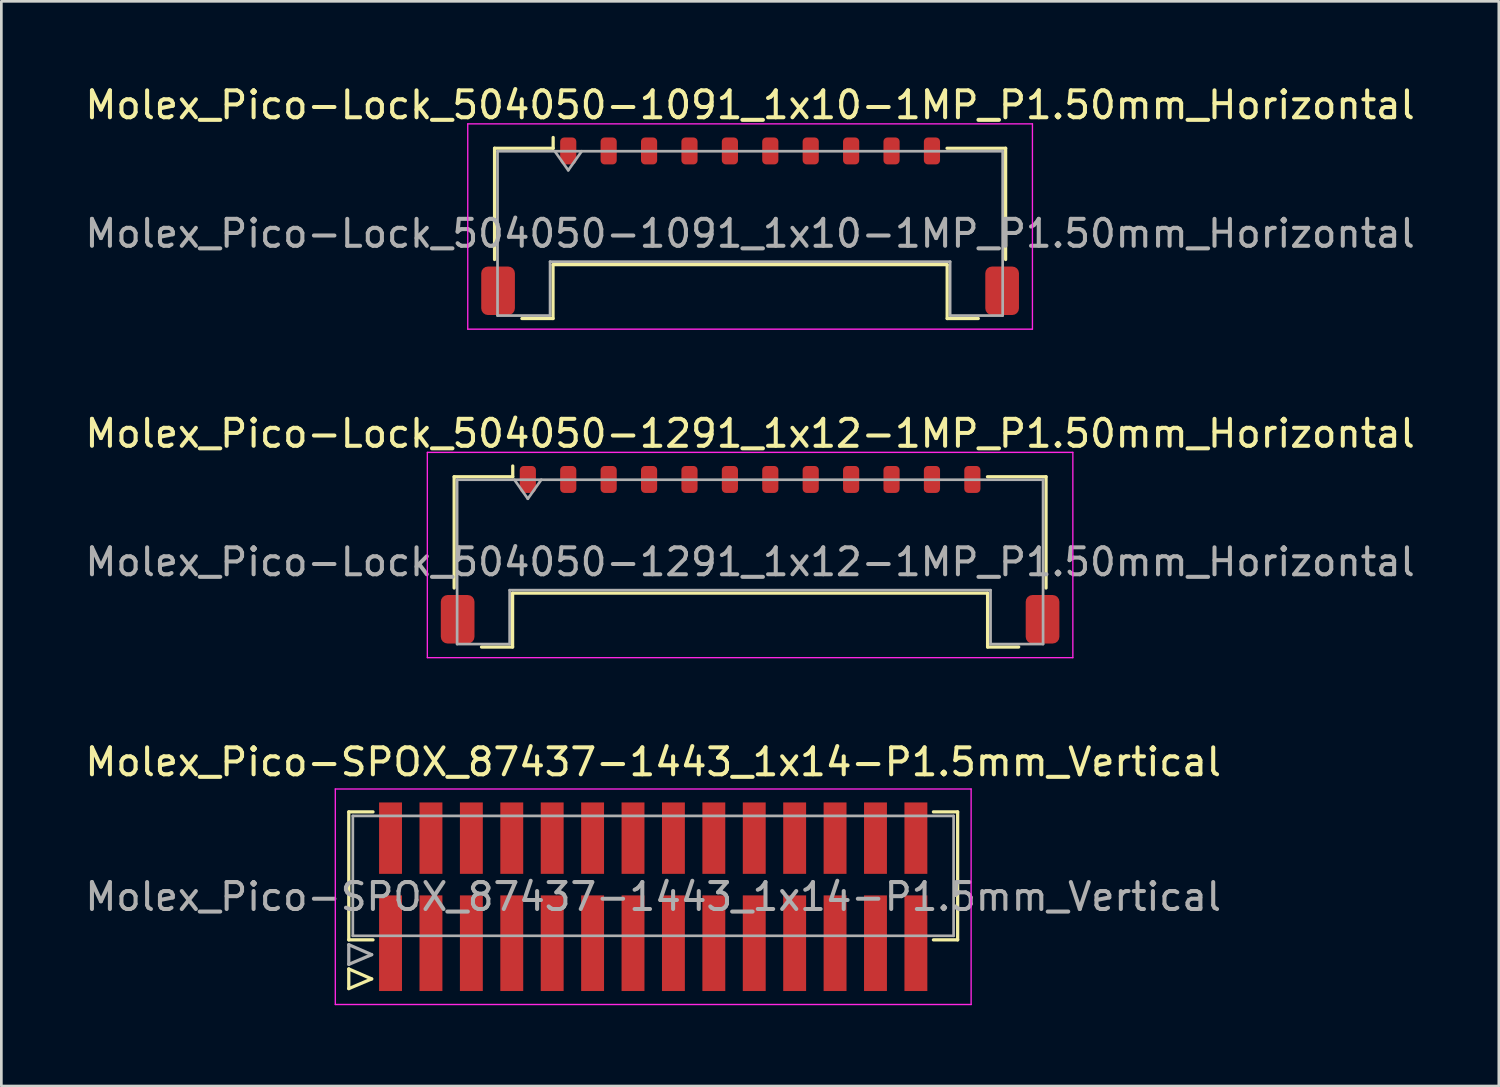
<source format=kicad_pcb>
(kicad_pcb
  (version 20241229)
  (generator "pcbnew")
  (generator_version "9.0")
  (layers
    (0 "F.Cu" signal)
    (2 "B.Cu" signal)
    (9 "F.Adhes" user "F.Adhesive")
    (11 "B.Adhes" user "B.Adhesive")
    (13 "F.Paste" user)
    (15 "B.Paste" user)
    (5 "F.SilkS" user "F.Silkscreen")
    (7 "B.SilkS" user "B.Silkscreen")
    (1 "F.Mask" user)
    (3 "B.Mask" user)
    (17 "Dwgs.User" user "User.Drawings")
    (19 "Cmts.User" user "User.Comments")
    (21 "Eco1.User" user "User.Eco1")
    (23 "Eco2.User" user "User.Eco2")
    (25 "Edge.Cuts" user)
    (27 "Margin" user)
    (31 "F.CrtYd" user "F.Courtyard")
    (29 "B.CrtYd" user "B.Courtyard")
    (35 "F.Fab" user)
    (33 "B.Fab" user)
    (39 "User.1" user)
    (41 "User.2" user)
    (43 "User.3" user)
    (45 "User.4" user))
  (footprint "Molex_Pico-SPOX_87437-1443_1x14-P1.5mm_Vertical"
    (layer "F.Cu")
    (at 21.196 30.235)
    (property "Reference" "Molex_Pico-SPOX_87437-1443_1x14-P1.5mm_Vertical" (at 0 -5 0) (layer "F.SilkS") (effects (font (size 1 1) (thickness 0.15))))
    (attr smd)
    (fp_line (start -11.3 -3.15) (end -10.4 -3.15) (stroke (width 0.12) (type solid)) (layer "F.SilkS"))
    (fp_line (start -11.3 1.6) (end -11.3 -3.15) (stroke (width 0.12) (type solid)) (layer "F.SilkS"))
    (fp_line (start -11.3 2.68) (end -11.3 3.41) (stroke (width 0.12) (type solid)) (layer "F.SilkS"))
    (fp_line (start -11.3 3.41) (end -10.45 3.05) (stroke (width 0.12) (type solid)) (layer "F.SilkS"))
    (fp_line (start -10.45 3.05) (end -11.3 2.68) (stroke (width 0.12) (type solid)) (layer "F.SilkS"))
    (fp_line (start -10.4 1.6) (end -11.3 1.6) (stroke (width 0.12) (type solid)) (layer "F.SilkS"))
    (fp_line (start 11.3 -3.15) (end 10.4 -3.15) (stroke (width 0.12) (type solid)) (layer "F.SilkS"))
    (fp_line (start 11.3 -3.15) (end 11.3 1.6) (stroke (width 0.12) (type solid)) (layer "F.SilkS"))
    (fp_line (start 11.3 1.6) (end 10.4 1.6) (stroke (width 0.12) (type solid)) (layer "F.SilkS"))
    (fp_line (start -11.8 -4) (end 11.8 -4) (stroke (width 0.05) (type solid)) (layer "F.CrtYd"))
    (fp_line (start -11.8 4) (end -11.8 -4) (stroke (width 0.05) (type solid)) (layer "F.CrtYd"))
    (fp_line (start 11.8 -4) (end 11.8 4) (stroke (width 0.05) (type solid)) (layer "F.CrtYd"))
    (fp_line (start 11.8 4) (end -11.8 4) (stroke (width 0.05) (type solid)) (layer "F.CrtYd"))
    (fp_line (start -11.3 1.78) (end -11.3 2.51) (stroke (width 0.12) (type solid)) (layer "F.Fab"))
    (fp_line (start -11.3 2.51) (end -10.45 2.15) (stroke (width 0.12) (type solid)) (layer "F.Fab"))
    (fp_line (start -11.15 -3) (end -11.15 1.45) (stroke (width 0.1) (type solid)) (layer "F.Fab"))
    (fp_line (start -11.15 -3) (end 11.15 -3) (stroke (width 0.1) (type solid)) (layer "F.Fab"))
    (fp_line (start -10.45 2.15) (end -11.3 1.78) (stroke (width 0.12) (type solid)) (layer "F.Fab"))
    (fp_line (start 11.15 -3) (end 11.15 1.45) (stroke (width 0.1) (type solid)) (layer "F.Fab"))
    (fp_line (start 11.15 1.45) (end -11.15 1.45) (stroke (width 0.1) (type solid)) (layer "F.Fab"))
    (fp_text user "${REFERENCE}" (at 0 0 0) (layer "F.Fab") (effects (font (size 1 1) (thickness 0.15))))
    (pad "1" smd rect (at -9.75 -2.175 90) (size 2.65 0.85) (layers "F.Cu" "F.Mask" "F.Paste"))
    (pad "1" smd rect (at -9.75 1.725 90) (size 3.55 0.85) (layers "F.Cu" "F.Mask" "F.Paste"))
    (pad "2" smd rect (at -8.25 -2.175 90) (size 2.65 0.85) (layers "F.Cu" "F.Mask" "F.Paste"))
    (pad "2" smd rect (at -8.25 1.725 90) (size 3.55 0.85) (layers "F.Cu" "F.Mask" "F.Paste"))
    (pad "3" smd rect (at -6.75 -2.175 90) (size 2.65 0.85) (layers "F.Cu" "F.Mask" "F.Paste"))
    (pad "3" smd rect (at -6.75 1.725 90) (size 3.55 0.85) (layers "F.Cu" "F.Mask" "F.Paste"))
    (pad "4" smd rect (at -5.25 -2.175 90) (size 2.65 0.85) (layers "F.Cu" "F.Mask" "F.Paste"))
    (pad "4" smd rect (at -5.25 1.725 90) (size 3.55 0.85) (layers "F.Cu" "F.Mask" "F.Paste"))
    (pad "5" smd rect (at -3.75 -2.175 90) (size 2.65 0.85) (layers "F.Cu" "F.Mask" "F.Paste"))
    (pad "5" smd rect (at -3.75 1.725 90) (size 3.55 0.85) (layers "F.Cu" "F.Mask" "F.Paste"))
    (pad "6" smd rect (at -2.25 -2.175 90) (size 2.65 0.85) (layers "F.Cu" "F.Mask" "F.Paste"))
    (pad "6" smd rect (at -2.25 1.725 90) (size 3.55 0.85) (layers "F.Cu" "F.Mask" "F.Paste"))
    (pad "7" smd rect (at -0.75 -2.175 90) (size 2.65 0.85) (layers "F.Cu" "F.Mask" "F.Paste"))
    (pad "7" smd rect (at -0.75 1.725 90) (size 3.55 0.85) (layers "F.Cu" "F.Mask" "F.Paste"))
    (pad "8" smd rect (at 0.75 -2.175 90) (size 2.65 0.85) (layers "F.Cu" "F.Mask" "F.Paste"))
    (pad "8" smd rect (at 0.75 1.725 90) (size 3.55 0.85) (layers "F.Cu" "F.Mask" "F.Paste"))
    (pad "9" smd rect (at 2.25 -2.175 90) (size 2.65 0.85) (layers "F.Cu" "F.Mask" "F.Paste"))
    (pad "9" smd rect (at 2.25 1.725 90) (size 3.55 0.85) (layers "F.Cu" "F.Mask" "F.Paste"))
    (pad "10" smd rect (at 3.75 -2.175 90) (size 2.65 0.85) (layers "F.Cu" "F.Mask" "F.Paste"))
    (pad "10" smd rect (at 3.75 1.725 90) (size 3.55 0.85) (layers "F.Cu" "F.Mask" "F.Paste"))
    (pad "11" smd rect (at 5.25 -2.175 90) (size 2.65 0.85) (layers "F.Cu" "F.Mask" "F.Paste"))
    (pad "11" smd rect (at 5.25 1.725 90) (size 3.55 0.85) (layers "F.Cu" "F.Mask" "F.Paste"))
    (pad "12" smd rect (at 6.75 -2.175 90) (size 2.65 0.85) (layers "F.Cu" "F.Mask" "F.Paste"))
    (pad "12" smd rect (at 6.75 1.725 90) (size 3.55 0.85) (layers "F.Cu" "F.Mask" "F.Paste"))
    (pad "13" smd rect (at 8.25 -2.175 90) (size 2.65 0.85) (layers "F.Cu" "F.Mask" "F.Paste"))
    (pad "13" smd rect (at 8.25 1.725 90) (size 3.55 0.85) (layers "F.Cu" "F.Mask" "F.Paste"))
    (pad "14" smd rect (at 9.75 -2.175 90) (size 2.65 0.85) (layers "F.Cu" "F.Mask" "F.Paste"))
    (pad "14" smd rect (at 9.75 1.725 90) (size 3.55 0.85) (layers "F.Cu" "F.Mask" "F.Paste")))
  (footprint "Molex_Pico-Lock_504050-1291_1x12-1MP_P1.50mm_Horizontal"
    (layer "F.Cu")
    (at 24.792 17.541)
    (property "Reference" "Molex_Pico-Lock_504050-1291_1x12-1MP_P1.50mm_Horizontal" (at 0 -4.5 0) (layer "F.SilkS") (effects (font (size 1 1) (thickness 0.15))))
    (attr smd)
    (fp_line (start -10.985 -2.895) (end -8.81 -2.895) (stroke (width 0.12) (type solid)) (layer "F.SilkS"))
    (fp_line (start -10.985 1.235) (end -10.985 -2.895) (stroke (width 0.12) (type solid)) (layer "F.SilkS"))
    (fp_line (start -9.97 3.425) (end -8.815 3.425) (stroke (width 0.12) (type solid)) (layer "F.SilkS"))
    (fp_line (start -8.815 1.425) (end 8.815 1.425) (stroke (width 0.12) (type solid)) (layer "F.SilkS"))
    (fp_line (start -8.815 3.425) (end -8.815 1.425) (stroke (width 0.12) (type solid)) (layer "F.SilkS"))
    (fp_line (start -8.81 -2.895) (end -8.81 -3.295) (stroke (width 0.12) (type solid)) (layer "F.SilkS"))
    (fp_line (start 8.815 1.425) (end 8.815 3.425) (stroke (width 0.12) (type solid)) (layer "F.SilkS"))
    (fp_line (start 8.815 3.425) (end 9.97 3.425) (stroke (width 0.12) (type solid)) (layer "F.SilkS"))
    (fp_line (start 10.985 -2.895) (end 8.81 -2.895) (stroke (width 0.12) (type solid)) (layer "F.SilkS"))
    (fp_line (start 10.985 1.235) (end 10.985 -2.895) (stroke (width 0.12) (type solid)) (layer "F.SilkS"))
    (fp_line (start -11.98 -3.8) (end -11.98 3.82) (stroke (width 0.05) (type solid)) (layer "F.CrtYd"))
    (fp_line (start -11.98 3.82) (end 11.98 3.82) (stroke (width 0.05) (type solid)) (layer "F.CrtYd"))
    (fp_line (start 11.98 -3.8) (end -11.98 -3.8) (stroke (width 0.05) (type solid)) (layer "F.CrtYd"))
    (fp_line (start 11.98 3.82) (end 11.98 -3.8) (stroke (width 0.05) (type solid)) (layer "F.CrtYd"))
    (fp_line (start -10.875 -2.785) (end -10.875 3.315) (stroke (width 0.1) (type solid)) (layer "F.Fab"))
    (fp_line (start -10.875 -2.785) (end 10.875 -2.785) (stroke (width 0.1) (type solid)) (layer "F.Fab"))
    (fp_line (start -10.875 3.315) (end -8.925 3.315) (stroke (width 0.1) (type solid)) (layer "F.Fab"))
    (fp_line (start -8.925 1.315) (end 8.925 1.315) (stroke (width 0.1) (type solid)) (layer "F.Fab"))
    (fp_line (start -8.925 3.315) (end -8.925 1.315) (stroke (width 0.1) (type solid)) (layer "F.Fab"))
    (fp_line (start -8.75 -2.785) (end -8.25 -2.078) (stroke (width 0.1) (type solid)) (layer "F.Fab"))
    (fp_line (start -8.25 -2.078) (end -7.75 -2.785) (stroke (width 0.1) (type solid)) (layer "F.Fab"))
    (fp_line (start 8.925 1.315) (end 8.925 3.315) (stroke (width 0.1) (type solid)) (layer "F.Fab"))
    (fp_line (start 8.925 3.315) (end 10.875 3.315) (stroke (width 0.1) (type solid)) (layer "F.Fab"))
    (fp_line (start 10.875 -2.785) (end 10.875 3.315) (stroke (width 0.1) (type solid)) (layer "F.Fab"))
    (fp_text user "${REFERENCE}" (at 0 0.27 0) (layer "F.Fab") (effects (font (size 1 1) (thickness 0.15))))
    (pad "1" smd roundrect (at -8.25 -2.795) (size 0.6 1) (layers "F.Cu" "F.Mask" "F.Paste") (roundrect_rratio 0.25))
    (pad "2" smd roundrect (at -6.75 -2.795) (size 0.6 1) (layers "F.Cu" "F.Mask" "F.Paste") (roundrect_rratio 0.25))
    (pad "3" smd roundrect (at -5.25 -2.795) (size 0.6 1) (layers "F.Cu" "F.Mask" "F.Paste") (roundrect_rratio 0.25))
    (pad "4" smd roundrect (at -3.75 -2.795) (size 0.6 1) (layers "F.Cu" "F.Mask" "F.Paste") (roundrect_rratio 0.25))
    (pad "5" smd roundrect (at -2.25 -2.795) (size 0.6 1) (layers "F.Cu" "F.Mask" "F.Paste") (roundrect_rratio 0.25))
    (pad "6" smd roundrect (at -0.75 -2.795) (size 0.6 1) (layers "F.Cu" "F.Mask" "F.Paste") (roundrect_rratio 0.25))
    (pad "7" smd roundrect (at 0.75 -2.795) (size 0.6 1) (layers "F.Cu" "F.Mask" "F.Paste") (roundrect_rratio 0.25))
    (pad "8" smd roundrect (at 2.25 -2.795) (size 0.6 1) (layers "F.Cu" "F.Mask" "F.Paste") (roundrect_rratio 0.25))
    (pad "9" smd roundrect (at 3.75 -2.795) (size 0.6 1) (layers "F.Cu" "F.Mask" "F.Paste") (roundrect_rratio 0.25))
    (pad "10" smd roundrect (at 5.25 -2.795) (size 0.6 1) (layers "F.Cu" "F.Mask" "F.Paste") (roundrect_rratio 0.25))
    (pad "11" smd roundrect (at 6.75 -2.795) (size 0.6 1) (layers "F.Cu" "F.Mask" "F.Paste") (roundrect_rratio 0.25))
    (pad "12" smd roundrect (at 8.25 -2.795) (size 0.6 1) (layers "F.Cu" "F.Mask" "F.Paste") (roundrect_rratio 0.25))
    (pad "MP" smd roundrect (at -10.855 2.395) (size 1.25 1.8) (layers "F.Cu" "F.Mask" "F.Paste") (roundrect_rratio 0.2))
    (pad "MP" smd roundrect (at 10.855 2.395) (size 1.25 1.8) (layers "F.Cu" "F.Mask" "F.Paste") (roundrect_rratio 0.2)))
  (footprint "Molex_Pico-Lock_504050-1091_1x10-1MP_P1.50mm_Horizontal"
    (layer "F.Cu")
    (at 24.792 5.348)
    (property "Reference" "Molex_Pico-Lock_504050-1091_1x10-1MP_P1.50mm_Horizontal" (at 0 -4.5 0) (layer "F.SilkS") (effects (font (size 1 1) (thickness 0.15))))
    (attr smd)
    (fp_line (start -9.485 -2.895) (end -7.31 -2.895) (stroke (width 0.12) (type solid)) (layer "F.SilkS"))
    (fp_line (start -9.485 1.235) (end -9.485 -2.895) (stroke (width 0.12) (type solid)) (layer "F.SilkS"))
    (fp_line (start -8.47 3.425) (end -7.315 3.425) (stroke (width 0.12) (type solid)) (layer "F.SilkS"))
    (fp_line (start -7.315 1.425) (end 7.315 1.425) (stroke (width 0.12) (type solid)) (layer "F.SilkS"))
    (fp_line (start -7.315 3.425) (end -7.315 1.425) (stroke (width 0.12) (type solid)) (layer "F.SilkS"))
    (fp_line (start -7.31 -2.895) (end -7.31 -3.295) (stroke (width 0.12) (type solid)) (layer "F.SilkS"))
    (fp_line (start 7.315 1.425) (end 7.315 3.425) (stroke (width 0.12) (type solid)) (layer "F.SilkS"))
    (fp_line (start 7.315 3.425) (end 8.47 3.425) (stroke (width 0.12) (type solid)) (layer "F.SilkS"))
    (fp_line (start 9.485 -2.895) (end 7.31 -2.895) (stroke (width 0.12) (type solid)) (layer "F.SilkS"))
    (fp_line (start 9.485 1.235) (end 9.485 -2.895) (stroke (width 0.12) (type solid)) (layer "F.SilkS"))
    (fp_line (start -10.48 -3.8) (end -10.48 3.82) (stroke (width 0.05) (type solid)) (layer "F.CrtYd"))
    (fp_line (start -10.48 3.82) (end 10.48 3.82) (stroke (width 0.05) (type solid)) (layer "F.CrtYd"))
    (fp_line (start 10.48 -3.8) (end -10.48 -3.8) (stroke (width 0.05) (type solid)) (layer "F.CrtYd"))
    (fp_line (start 10.48 3.82) (end 10.48 -3.8) (stroke (width 0.05) (type solid)) (layer "F.CrtYd"))
    (fp_line (start -9.375 -2.785) (end -9.375 3.315) (stroke (width 0.1) (type solid)) (layer "F.Fab"))
    (fp_line (start -9.375 -2.785) (end 9.375 -2.785) (stroke (width 0.1) (type solid)) (layer "F.Fab"))
    (fp_line (start -9.375 3.315) (end -7.425 3.315) (stroke (width 0.1) (type solid)) (layer "F.Fab"))
    (fp_line (start -7.425 1.315) (end 7.425 1.315) (stroke (width 0.1) (type solid)) (layer "F.Fab"))
    (fp_line (start -7.425 3.315) (end -7.425 1.315) (stroke (width 0.1) (type solid)) (layer "F.Fab"))
    (fp_line (start -7.25 -2.785) (end -6.75 -2.078) (stroke (width 0.1) (type solid)) (layer "F.Fab"))
    (fp_line (start -6.75 -2.078) (end -6.25 -2.785) (stroke (width 0.1) (type solid)) (layer "F.Fab"))
    (fp_line (start 7.425 1.315) (end 7.425 3.315) (stroke (width 0.1) (type solid)) (layer "F.Fab"))
    (fp_line (start 7.425 3.315) (end 9.375 3.315) (stroke (width 0.1) (type solid)) (layer "F.Fab"))
    (fp_line (start 9.375 -2.785) (end 9.375 3.315) (stroke (width 0.1) (type solid)) (layer "F.Fab"))
    (fp_text user "${REFERENCE}" (at 0 0.27 0) (layer "F.Fab") (effects (font (size 1 1) (thickness 0.15))))
    (pad "1" smd roundrect (at -6.75 -2.795) (size 0.6 1) (layers "F.Cu" "F.Mask" "F.Paste") (roundrect_rratio 0.25))
    (pad "2" smd roundrect (at -5.25 -2.795) (size 0.6 1) (layers "F.Cu" "F.Mask" "F.Paste") (roundrect_rratio 0.25))
    (pad "3" smd roundrect (at -3.75 -2.795) (size 0.6 1) (layers "F.Cu" "F.Mask" "F.Paste") (roundrect_rratio 0.25))
    (pad "4" smd roundrect (at -2.25 -2.795) (size 0.6 1) (layers "F.Cu" "F.Mask" "F.Paste") (roundrect_rratio 0.25))
    (pad "5" smd roundrect (at -0.75 -2.795) (size 0.6 1) (layers "F.Cu" "F.Mask" "F.Paste") (roundrect_rratio 0.25))
    (pad "6" smd roundrect (at 0.75 -2.795) (size 0.6 1) (layers "F.Cu" "F.Mask" "F.Paste") (roundrect_rratio 0.25))
    (pad "7" smd roundrect (at 2.25 -2.795) (size 0.6 1) (layers "F.Cu" "F.Mask" "F.Paste") (roundrect_rratio 0.25))
    (pad "8" smd roundrect (at 3.75 -2.795) (size 0.6 1) (layers "F.Cu" "F.Mask" "F.Paste") (roundrect_rratio 0.25))
    (pad "9" smd roundrect (at 5.25 -2.795) (size 0.6 1) (layers "F.Cu" "F.Mask" "F.Paste") (roundrect_rratio 0.25))
    (pad "10" smd roundrect (at 6.75 -2.795) (size 0.6 1) (layers "F.Cu" "F.Mask" "F.Paste") (roundrect_rratio 0.25))
    (pad "MP" smd roundrect (at -9.355 2.395) (size 1.25 1.8) (layers "F.Cu" "F.Mask" "F.Paste") (roundrect_rratio 0.2))
    (pad "MP" smd roundrect (at 9.355 2.395) (size 1.25 1.8) (layers "F.Cu" "F.Mask" "F.Paste") (roundrect_rratio 0.2)))
  (gr_rect
    (start -3 -3)
    (end 52.583 37.26)
    (stroke (width 0.1) (type default))
    (fill no)
    (layer "Edge.Cuts")))
</source>
